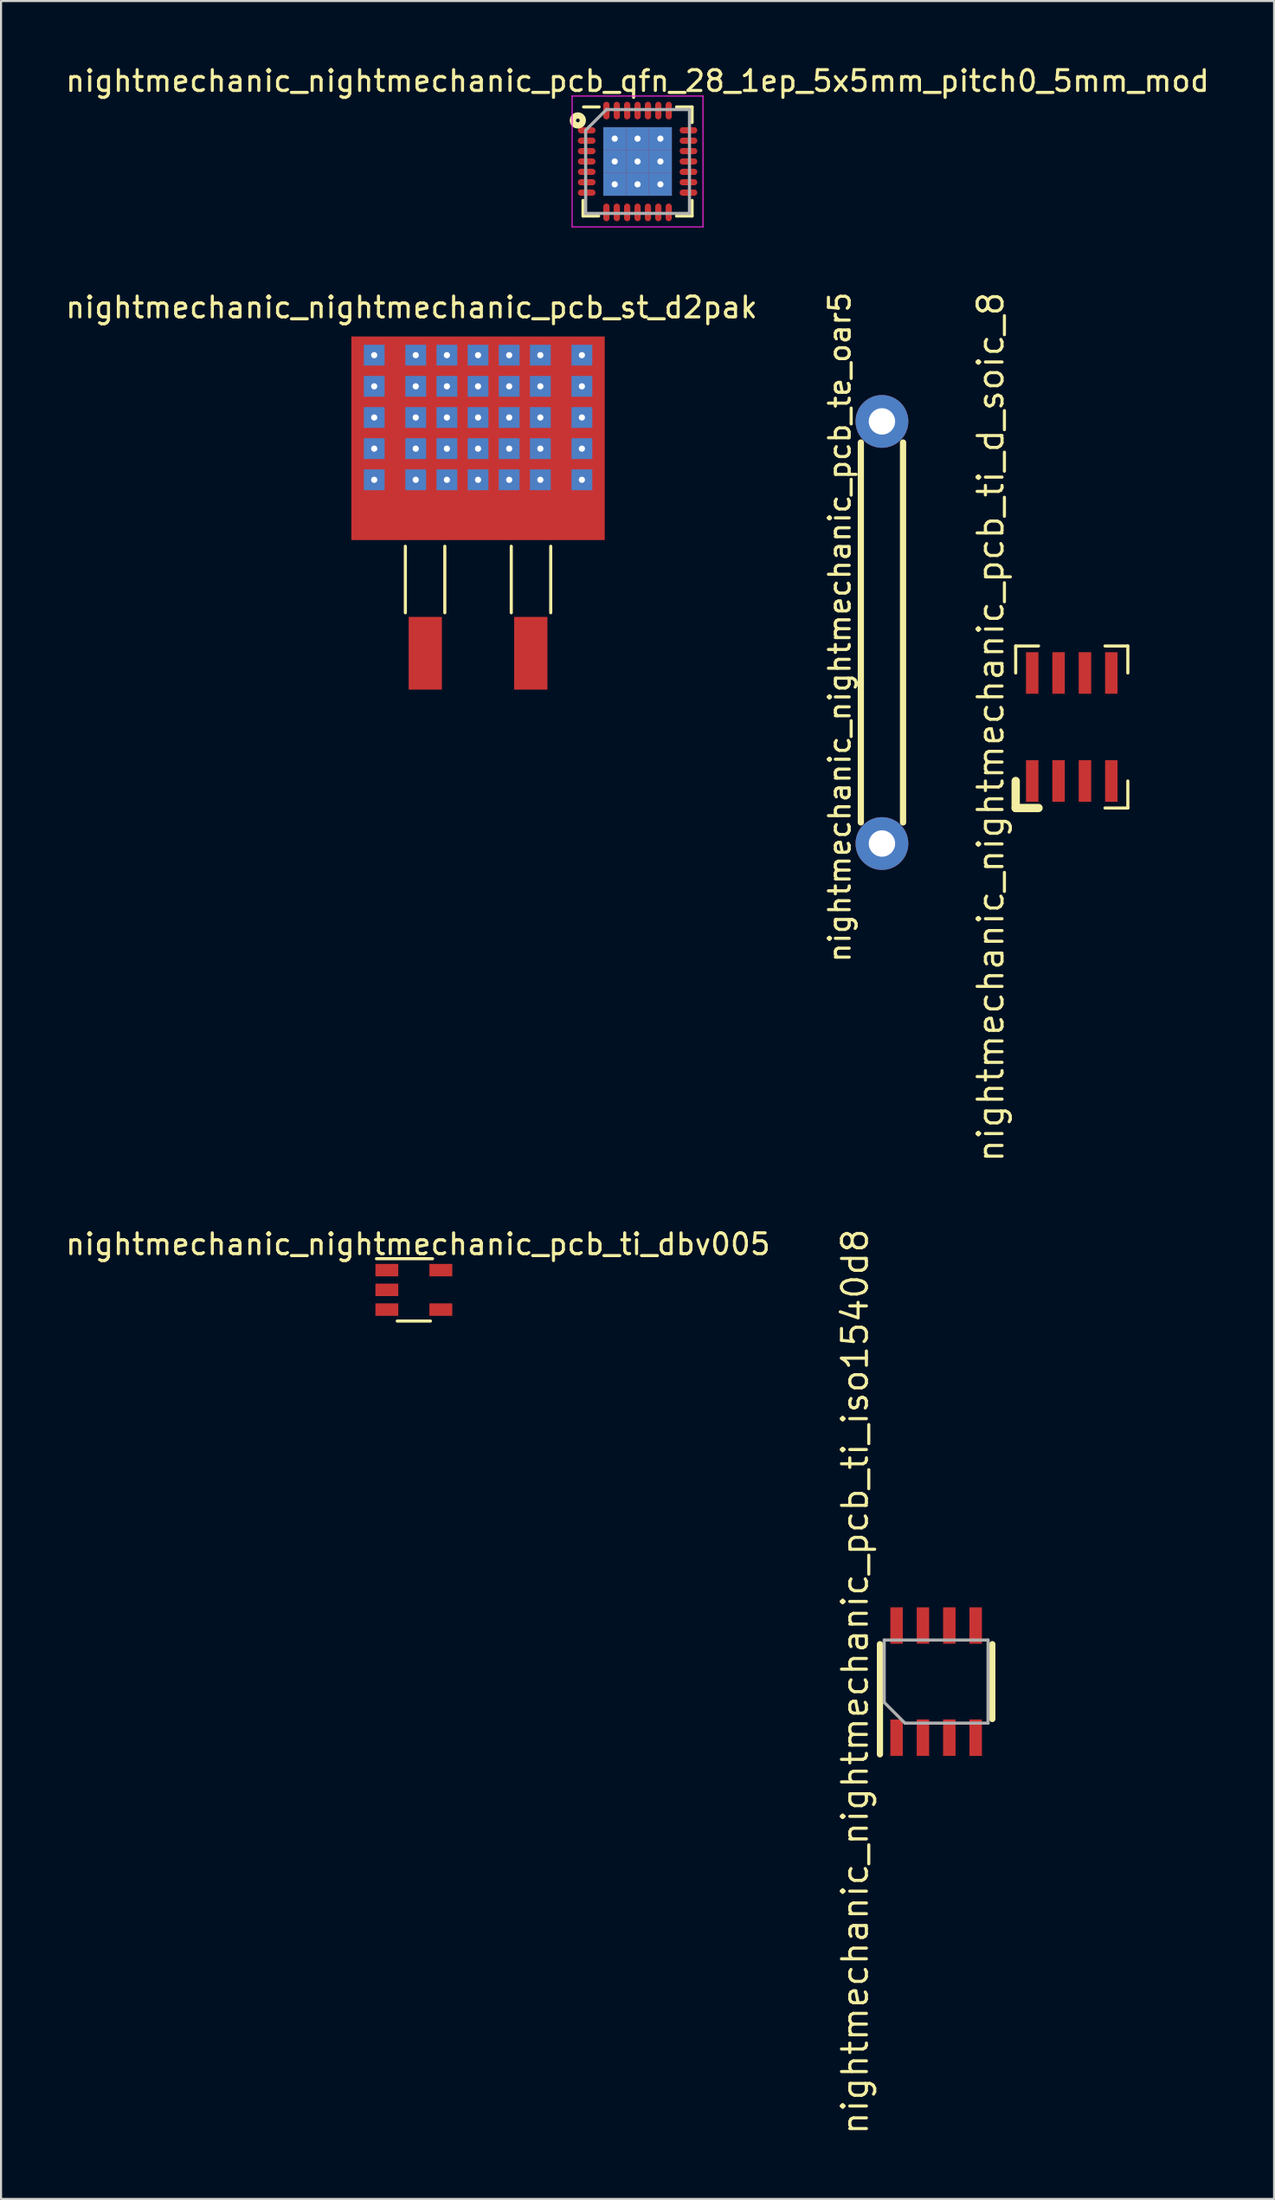
<source format=kicad_pcb>
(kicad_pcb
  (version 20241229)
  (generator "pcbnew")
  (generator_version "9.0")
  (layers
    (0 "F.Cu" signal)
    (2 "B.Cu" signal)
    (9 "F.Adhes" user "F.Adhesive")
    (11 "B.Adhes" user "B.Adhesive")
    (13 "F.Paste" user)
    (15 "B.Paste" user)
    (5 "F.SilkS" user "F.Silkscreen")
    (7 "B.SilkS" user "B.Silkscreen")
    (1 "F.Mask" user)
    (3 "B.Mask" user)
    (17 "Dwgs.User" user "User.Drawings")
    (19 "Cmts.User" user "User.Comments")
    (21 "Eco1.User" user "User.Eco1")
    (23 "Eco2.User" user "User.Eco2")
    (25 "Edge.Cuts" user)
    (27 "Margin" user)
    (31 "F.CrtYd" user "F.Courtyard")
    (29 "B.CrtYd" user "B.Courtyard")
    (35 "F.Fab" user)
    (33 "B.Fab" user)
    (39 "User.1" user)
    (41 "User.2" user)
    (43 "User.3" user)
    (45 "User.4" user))
  (footprint "nightmechanic_nightmechanic_pcb_ti_iso1540d8"
    (layer "F.Cu")
    (at 42.025 77.899)
    (property "Reference" "nightmechanic_nightmechanic_pcb_ti_iso1540d8" (at -3.905 0 90) (layer "F.SilkS") (effects (font (size 1.2 1.2) (thickness 0.15))))
    (attr through_hole)
    (fp_line (start -2.705 -1.8) (end -2.705 3.5) (stroke (width 0.3) (type solid)) (layer "F.SilkS"))
    (fp_line (start 2.705 1.8) (end 2.705 -1.8) (stroke (width 0.3) (type solid)) (layer "F.SilkS"))
    (fp_line (start -2.5 -2) (end -2.5 1) (stroke (width 0.15) (type solid)) (layer "F.Fab"))
    (fp_line (start -2.5 1) (end -1.5 2) (stroke (width 0.15) (type solid)) (layer "F.Fab"))
    (fp_line (start -1.5 2) (end 2.5 2) (stroke (width 0.15) (type solid)) (layer "F.Fab"))
    (fp_line (start 2.5 -2) (end -2.5 -2) (stroke (width 0.15) (type solid)) (layer "F.Fab"))
    (fp_line (start 2.5 2) (end 2.5 -2) (stroke (width 0.15) (type solid)) (layer "F.Fab"))
    (pad "1" smd rect (at -1.905 2.7) (size 0.6 1.75) (layers "F.Cu" "F.Mask" "F.Paste"))
    (pad "2" smd rect (at -0.635 2.7) (size 0.6 1.75) (layers "F.Cu" "F.Mask" "F.Paste"))
    (pad "3" smd rect (at 0.635 2.7) (size 0.6 1.75) (layers "F.Cu" "F.Mask" "F.Paste"))
    (pad "4" smd rect (at 1.905 2.7) (size 0.6 1.75) (layers "F.Cu" "F.Mask" "F.Paste"))
    (pad "5" smd rect (at 1.905 -2.7) (size 0.6 1.75) (layers "F.Cu" "F.Mask" "F.Paste"))
    (pad "6" smd rect (at 0.635 -2.7) (size 0.6 1.75) (layers "F.Cu" "F.Mask" "F.Paste"))
    (pad "7" smd rect (at -0.635 -2.7) (size 0.6 1.75) (layers "F.Cu" "F.Mask" "F.Paste"))
    (pad "8" smd rect (at -1.905 -2.7) (size 0.6 1.75) (layers "F.Cu" "F.Mask" "F.Paste")))
  (footprint "nightmechanic_nightmechanic_pcb_te_oar5"
    (layer "F.Cu")
    (at 39.416 27.396)
    (property "Reference" "nightmechanic_nightmechanic_pcb_te_oar5" (at -2.032 -0.254 90) (layer "F.SilkS") (effects (font (size 1 1) (thickness 0.15))))
    (attr through_hole)
    (fp_line (start -1.016 -9.144) (end -1.016 9.144) (stroke (width 0.3) (type solid)) (layer "F.SilkS"))
    (fp_line (start 1.016 -9.144) (end 1.016 9.144) (stroke (width 0.3) (type solid)) (layer "F.SilkS"))
    (pad "1" thru_hole circle (at 0 -10.16) (size 2.54 2.54) (drill 1.27) (layers "*.Cu" "*.Mask"))
    (pad "2" thru_hole circle (at 0 10.16) (size 2.54 2.54) (drill 1.27) (layers "*.Cu" "*.Mask")))
  (footprint "nightmechanic_nightmechanic_pcb_ti_dbv005"
    (layer "F.Cu")
    (at 16.877 59.042)
    (property "Reference" "nightmechanic_nightmechanic_pcb_ti_dbv005" (at 0.2 -2.2 0) (layer "F.SilkS") (effects (font (size 1 1) (thickness 0.15))))
    (attr through_hole)
    (fp_line (start 0.8 1.5) (end -0.8 1.5) (stroke (width 0.15) (type solid)) (layer "F.SilkS"))
    (fp_line (start 0.9 -1.5) (end -1.8 -1.5) (stroke (width 0.15) (type solid)) (layer "F.SilkS"))
    (pad "1" smd rect (at -1.3 -0.95) (size 1.1 0.6) (layers "F.Cu" "F.Mask" "F.Paste"))
    (pad "2" smd rect (at -1.3 0) (size 1.1 0.6) (layers "F.Cu" "F.Mask" "F.Paste"))
    (pad "3" smd rect (at -1.3 0.95) (size 1.1 0.6) (layers "F.Cu" "F.Mask" "F.Paste"))
    (pad "4" smd rect (at 1.3 0.95) (size 1.1 0.6) (layers "F.Cu" "F.Mask" "F.Paste"))
    (pad "5" smd rect (at 1.3 -0.95) (size 1.1 0.6) (layers "F.Cu" "F.Mask" "F.Paste")))
  (footprint "nightmechanic_nightmechanic_pcb_ti_d_soic_8"
    (layer "F.Cu")
    (at 48.556 31.946)
    (property "Reference" "nightmechanic_nightmechanic_pcb_ti_d_soic_8" (at -3.905 0 90) (layer "F.SilkS") (effects (font (size 1.2 1.2) (thickness 0.15))))
    (attr through_hole)
    (fp_line (start -2.7 -3.9) (end -1.6 -3.9) (stroke (width 0.15) (type solid)) (layer "F.SilkS"))
    (fp_line (start -2.7 -3.8) (end -2.7 -3.9) (stroke (width 0.15) (type solid)) (layer "F.SilkS"))
    (fp_line (start -2.7 -2.6) (end -2.7 -3.8) (stroke (width 0.15) (type solid)) (layer "F.SilkS"))
    (fp_line (start -2.7 3.9) (end -2.7 2.6) (stroke (width 0.4) (type solid)) (layer "F.SilkS"))
    (fp_line (start -1.6 3.9) (end -2.7 3.9) (stroke (width 0.4) (type solid)) (layer "F.SilkS"))
    (fp_line (start 1.6 -3.9) (end 2.7 -3.9) (stroke (width 0.15) (type solid)) (layer "F.SilkS"))
    (fp_line (start 2.7 -3.9) (end 2.7 -2.6) (stroke (width 0.15) (type solid)) (layer "F.SilkS"))
    (fp_line (start 2.7 2.6) (end 2.7 3.9) (stroke (width 0.15) (type solid)) (layer "F.SilkS"))
    (fp_line (start 2.7 3.9) (end 1.6 3.9) (stroke (width 0.15) (type solid)) (layer "F.SilkS"))
    (pad "1" smd rect (at -1.905 2.6) (size 0.6 2) (layers "F.Cu" "F.Mask" "F.Paste"))
    (pad "2" smd rect (at -0.635 2.6) (size 0.6 2) (layers "F.Cu" "F.Mask" "F.Paste"))
    (pad "3" smd rect (at 0.635 2.6) (size 0.6 2) (layers "F.Cu" "F.Mask" "F.Paste"))
    (pad "4" smd rect (at 1.905 2.6) (size 0.6 2) (layers "F.Cu" "F.Mask" "F.Paste"))
    (pad "5" smd rect (at 1.905 -2.6) (size 0.6 2) (layers "F.Cu" "F.Mask" "F.Paste"))
    (pad "6" smd rect (at 0.635 -2.6) (size 0.6 2) (layers "F.Cu" "F.Mask" "F.Paste"))
    (pad "7" smd rect (at -0.635 -2.6) (size 0.6 2) (layers "F.Cu" "F.Mask" "F.Paste"))
    (pad "8" smd rect (at -1.905 -2.6) (size 0.6 2) (layers "F.Cu" "F.Mask" "F.Paste")))
  (footprint "nightmechanic_nightmechanic_pcb_qfn_28_1ep_5x5mm_pitch0_5mm_mod"
    (layer "F.Cu")
    (at 27.649 4.723)
    (property "Reference" "nightmechanic_nightmechanic_pcb_qfn_28_1ep_5x5mm_pitch0_5mm_mod" (at 0 -3.875 0) (layer "F.SilkS") (effects (font (size 1 1) (thickness 0.15))))
    (attr smd)
    (fp_line (start -2.625 2.625) (end -2.625 1.875) (stroke (width 0.15) (type solid)) (layer "F.SilkS"))
    (fp_line (start -2.625 2.625) (end -1.875 2.625) (stroke (width 0.15) (type solid)) (layer "F.SilkS"))
    (fp_line (start -1.85 -2.625) (end -2.6 -2.625) (stroke (width 0.15) (type solid)) (layer "F.SilkS"))
    (fp_line (start 2.625 -2.625) (end 1.875 -2.625) (stroke (width 0.15) (type solid)) (layer "F.SilkS"))
    (fp_line (start 2.625 -2.625) (end 2.625 -1.875) (stroke (width 0.15) (type solid)) (layer "F.SilkS"))
    (fp_line (start 2.625 2.625) (end 1.875 2.625) (stroke (width 0.15) (type solid)) (layer "F.SilkS"))
    (fp_line (start 2.625 2.625) (end 2.625 1.875) (stroke (width 0.15) (type solid)) (layer "F.SilkS"))
    (fp_circle (center -2.875 -1.975) (end -2.8 -2.025) (stroke (width 0.3) (type solid)) (fill no) (layer "F.SilkS"))
    (fp_line (start -3.15 -3.15) (end -3.15 3.15) (stroke (width 0.05) (type solid)) (layer "F.CrtYd"))
    (fp_line (start -3.15 -3.15) (end 3.15 -3.15) (stroke (width 0.05) (type solid)) (layer "F.CrtYd"))
    (fp_line (start -3.15 3.15) (end 3.15 3.15) (stroke (width 0.05) (type solid)) (layer "F.CrtYd"))
    (fp_line (start 3.15 -3.15) (end 3.15 3.15) (stroke (width 0.05) (type solid)) (layer "F.CrtYd"))
    (fp_line (start -2.5 -1.5) (end -1.5 -2.5) (stroke (width 0.15) (type solid)) (layer "F.Fab"))
    (fp_line (start -2.5 2.5) (end -2.5 -1.5) (stroke (width 0.15) (type solid)) (layer "F.Fab"))
    (fp_line (start -1.5 -2.5) (end 2.5 -2.5) (stroke (width 0.15) (type solid)) (layer "F.Fab"))
    (fp_line (start 2.5 -2.5) (end 2.5 2.5) (stroke (width 0.15) (type solid)) (layer "F.Fab"))
    (fp_line (start 2.5 2.5) (end -2.5 2.5) (stroke (width 0.15) (type solid)) (layer "F.Fab"))
    (pad "" smd rect (at -0.75 -0.75) (size 1.3 1.3) (layers "F.Paste"))
    (pad "" smd rect (at -0.75 0.75) (size 1.3 1.3) (layers "F.Paste"))
    (pad "" smd rect (at 0.75 -0.75) (size 1.3 1.3) (layers "F.Paste"))
    (pad "" smd rect (at 0.75 0.75) (size 1.3 1.3) (layers "F.Paste"))
    (pad "1" smd oval (at -2.45 -1.5) (size 0.85 0.3) (layers "F.Cu" "F.Mask" "F.Paste"))
    (pad "2" smd oval (at -2.45 -1) (size 0.85 0.3) (layers "F.Cu" "F.Mask" "F.Paste"))
    (pad "3" smd oval (at -2.45 -0.5) (size 0.85 0.3) (layers "F.Cu" "F.Mask" "F.Paste"))
    (pad "4" smd oval (at -2.45 0) (size 0.85 0.3) (layers "F.Cu" "F.Mask" "F.Paste"))
    (pad "5" smd oval (at -2.45 0.5) (size 0.85 0.3) (layers "F.Cu" "F.Mask" "F.Paste"))
    (pad "6" smd oval (at -2.45 1) (size 0.85 0.3) (layers "F.Cu" "F.Mask" "F.Paste"))
    (pad "7" smd oval (at -2.45 1.5) (size 0.85 0.3) (layers "F.Cu" "F.Mask" "F.Paste"))
    (pad "8" smd oval (at -1.5 2.45 90) (size 0.85 0.3) (layers "F.Cu" "F.Mask" "F.Paste"))
    (pad "9" smd oval (at -1 2.45 90) (size 0.85 0.3) (layers "F.Cu" "F.Mask" "F.Paste"))
    (pad "10" smd oval (at -0.5 2.45 90) (size 0.85 0.3) (layers "F.Cu" "F.Mask" "F.Paste"))
    (pad "11" smd oval (at 0 2.45 90) (size 0.85 0.3) (layers "F.Cu" "F.Mask" "F.Paste"))
    (pad "12" smd oval (at 0.5 2.45 90) (size 0.85 0.3) (layers "F.Cu" "F.Mask" "F.Paste"))
    (pad "13" smd oval (at 1 2.45 90) (size 0.85 0.3) (layers "F.Cu" "F.Mask" "F.Paste"))
    (pad "14" smd oval (at 1.5 2.45 90) (size 0.85 0.3) (layers "F.Cu" "F.Mask" "F.Paste"))
    (pad "15" smd oval (at 2.45 1.5) (size 0.85 0.3) (layers "F.Cu" "F.Mask" "F.Paste"))
    (pad "16" smd oval (at 2.45 1) (size 0.85 0.3) (layers "F.Cu" "F.Mask" "F.Paste"))
    (pad "17" smd oval (at 2.45 0.5) (size 0.85 0.3) (layers "F.Cu" "F.Mask" "F.Paste"))
    (pad "18" smd oval (at 2.45 0) (size 0.85 0.3) (layers "F.Cu" "F.Mask" "F.Paste"))
    (pad "19" smd oval (at 2.45 -0.5) (size 0.85 0.3) (layers "F.Cu" "F.Mask" "F.Paste"))
    (pad "20" smd oval (at 2.45 -1) (size 0.85 0.3) (layers "F.Cu" "F.Mask" "F.Paste"))
    (pad "21" smd oval (at 2.45 -1.5) (size 0.85 0.3) (layers "F.Cu" "F.Mask" "F.Paste"))
    (pad "22" smd oval (at 1.5 -2.45 90) (size 0.85 0.3) (layers "F.Cu" "F.Mask" "F.Paste"))
    (pad "23" smd oval (at 1 -2.45 90) (size 0.85 0.3) (layers "F.Cu" "F.Mask" "F.Paste"))
    (pad "24" smd oval (at 0.5 -2.45 90) (size 0.85 0.3) (layers "F.Cu" "F.Mask" "F.Paste"))
    (pad "25" smd oval (at 0 -2.45 90) (size 0.85 0.3) (layers "F.Cu" "F.Mask" "F.Paste"))
    (pad "26" smd oval (at -0.5 -2.45 90) (size 0.85 0.3) (layers "F.Cu" "F.Mask" "F.Paste"))
    (pad "27" smd oval (at -1 -2.45 90) (size 0.85 0.3) (layers "F.Cu" "F.Mask" "F.Paste"))
    (pad "28" smd oval (at -1.5 -2.45 90) (size 0.85 0.3) (layers "F.Cu" "F.Mask" "F.Paste"))
    (pad "29" thru_hole rect (at -1.1 -1.1) (size 1.1 1.1) (drill 0.3) (layers "*.Cu" "F.Mask"))
    (pad "29" thru_hole rect (at -1.1 0) (size 1.1 1.1) (drill 0.3) (layers "*.Cu" "F.Mask"))
    (pad "29" thru_hole rect (at -1.1 1.1) (size 1.1 1.1) (drill 0.3) (layers "*.Cu" "F.Mask"))
    (pad "29" thru_hole rect (at 0 -1.1) (size 1.1 1.1) (drill 0.3) (layers "*.Cu" "F.Mask"))
    (pad "29" thru_hole rect (at 0 0) (size 1.1 1.1) (drill 0.3) (layers "*.Cu" "F.Mask"))
    (pad "29" thru_hole rect (at 0 1.1) (size 1.1 1.1) (drill 0.3) (layers "*.Cu" "F.Mask"))
    (pad "29" thru_hole rect (at 1.1 -1.1) (size 1.1 1.1) (drill 0.3) (layers "*.Cu" "F.Mask"))
    (pad "29" thru_hole rect (at 1.1 0) (size 1.1 1.1) (drill 0.3) (layers "*.Cu" "F.Mask"))
    (pad "29" thru_hole rect (at 1.1 1.1) (size 1.1 1.1) (drill 0.3) (layers "*.Cu" "F.Mask")))
  (footprint "nightmechanic_nightmechanic_pcb_st_d2pak"
    (layer "F.Cu")
    (at 19.968 18.047)
    (property "Reference" "nightmechanic_nightmechanic_pcb_st_d2pak" (at -3.2 -6.3 0) (unlocked yes) (layer "F.SilkS") (effects (font (size 1 1) (thickness 0.15))))
    (attr smd)
    (fp_line (start -3.5 8.4) (end -3.5 5.2) (stroke (width 0.15) (type solid)) (layer "F.SilkS"))
    (fp_line (start -1.6 8.4) (end -1.6 5.2) (stroke (width 0.15) (type solid)) (layer "F.SilkS"))
    (fp_line (start 1.6 8.4) (end 1.6 5.2) (stroke (width 0.15) (type solid)) (layer "F.SilkS"))
    (fp_line (start 3.5 8.4) (end 3.5 5.2) (stroke (width 0.15) (type solid)) (layer "F.SilkS"))
    (pad "1" smd rect (at -2.54 10.35) (size 1.6 3.5) (layers "F.Cu" "F.Mask" "F.Paste"))
    (pad "2" thru_hole rect (at -5 -4) (size 1 1) (drill 0.3) (layers "*.Cu" "F.Mask"))
    (pad "2" thru_hole rect (at -5 -2.5) (size 1 1) (drill 0.3) (layers "*.Cu" "F.Mask"))
    (pad "2" thru_hole rect (at -5 -1) (size 1 1) (drill 0.3) (layers "*.Cu" "F.Mask"))
    (pad "2" thru_hole rect (at -5 0.5) (size 1 1) (drill 0.3) (layers "*.Cu" "F.Mask"))
    (pad "2" thru_hole rect (at -5 2) (size 1 1) (drill 0.3) (layers "*.Cu" "F.Mask"))
    (pad "2" thru_hole rect (at -3 -4) (size 1 1) (drill 0.3) (layers "*.Cu" "F.Mask"))
    (pad "2" thru_hole rect (at -3 -2.5) (size 1 1) (drill 0.3) (layers "*.Cu" "F.Mask"))
    (pad "2" thru_hole rect (at -3 -1) (size 1 1) (drill 0.3) (layers "*.Cu" "F.Mask"))
    (pad "2" thru_hole rect (at -3 0.5) (size 1 1) (drill 0.3) (layers "*.Cu" "F.Mask"))
    (pad "2" thru_hole rect (at -3 2) (size 1 1) (drill 0.3) (layers "*.Cu" "F.Mask"))
    (pad "2" thru_hole rect (at -1.5 -4) (size 1 1) (drill 0.3) (layers "*.Cu" "F.Mask"))
    (pad "2" thru_hole rect (at -1.5 -2.5) (size 1 1) (drill 0.3) (layers "*.Cu" "F.Mask"))
    (pad "2" thru_hole rect (at -1.5 -1) (size 1 1) (drill 0.3) (layers "*.Cu" "F.Mask"))
    (pad "2" thru_hole rect (at -1.5 0.5) (size 1 1) (drill 0.3) (layers "*.Cu" "F.Mask"))
    (pad "2" thru_hole rect (at -1.5 2) (size 1 1) (drill 0.3) (layers "*.Cu" "F.Mask"))
    (pad "2" thru_hole rect (at 0 -4) (size 1 1) (drill 0.3) (layers "*.Cu" "F.Mask"))
    (pad "2" thru_hole rect (at 0 -2.5) (size 1 1) (drill 0.3) (layers "*.Cu" "F.Mask"))
    (pad "2" thru_hole rect (at 0 -1) (size 1 1) (drill 0.3) (layers "*.Cu" "F.Mask"))
    (pad "2" smd rect (at 0 0) (size 12.2 9.8) (layers "F.Cu" "F.Mask" "F.Paste"))
    (pad "2" thru_hole rect (at 0 0.5) (size 1 1) (drill 0.3) (layers "*.Cu" "F.Mask"))
    (pad "2" thru_hole rect (at 0 2) (size 1 1) (drill 0.3) (layers "*.Cu" "F.Mask"))
    (pad "2" thru_hole rect (at 1.5 -4) (size 1 1) (drill 0.3) (layers "*.Cu" "F.Mask"))
    (pad "2" thru_hole rect (at 1.5 -2.5) (size 1 1) (drill 0.3) (layers "*.Cu" "F.Mask"))
    (pad "2" thru_hole rect (at 1.5 -1) (size 1 1) (drill 0.3) (layers "*.Cu" "F.Mask"))
    (pad "2" thru_hole rect (at 1.5 0.5) (size 1 1) (drill 0.3) (layers "*.Cu" "F.Mask"))
    (pad "2" thru_hole rect (at 1.5 2) (size 1 1) (drill 0.3) (layers "*.Cu" "F.Mask"))
    (pad "2" thru_hole rect (at 3 -4) (size 1 1) (drill 0.3) (layers "*.Cu" "F.Mask"))
    (pad "2" thru_hole rect (at 3 -2.5) (size 1 1) (drill 0.3) (layers "*.Cu" "F.Mask"))
    (pad "2" thru_hole rect (at 3 -1) (size 1 1) (drill 0.3) (layers "*.Cu" "F.Mask"))
    (pad "2" thru_hole rect (at 3 0.5) (size 1 1) (drill 0.3) (layers "*.Cu" "F.Mask"))
    (pad "2" thru_hole rect (at 3 2) (size 1 1) (drill 0.3) (layers "*.Cu" "F.Mask"))
    (pad "2" thru_hole rect (at 5 -4) (size 1 1) (drill 0.3) (layers "*.Cu" "F.Mask"))
    (pad "2" thru_hole rect (at 5 -2.5) (size 1 1) (drill 0.3) (layers "*.Cu" "F.Mask"))
    (pad "2" thru_hole rect (at 5 -1) (size 1 1) (drill 0.3) (layers "*.Cu" "F.Mask"))
    (pad "2" thru_hole rect (at 5 0.5) (size 1 1) (drill 0.3) (layers "*.Cu" "F.Mask"))
    (pad "2" thru_hole rect (at 5 2) (size 1 1) (drill 0.3) (layers "*.Cu" "F.Mask"))
    (pad "3" smd rect (at 2.54 10.35) (size 1.6 3.5) (layers "F.Cu" "F.Mask" "F.Paste")))
  (gr_rect
    (start -3 -3)
    (end 58.298 102.804)
    (stroke (width 0.1) (type default))
    (fill no)
    (layer "Edge.Cuts")))
</source>
